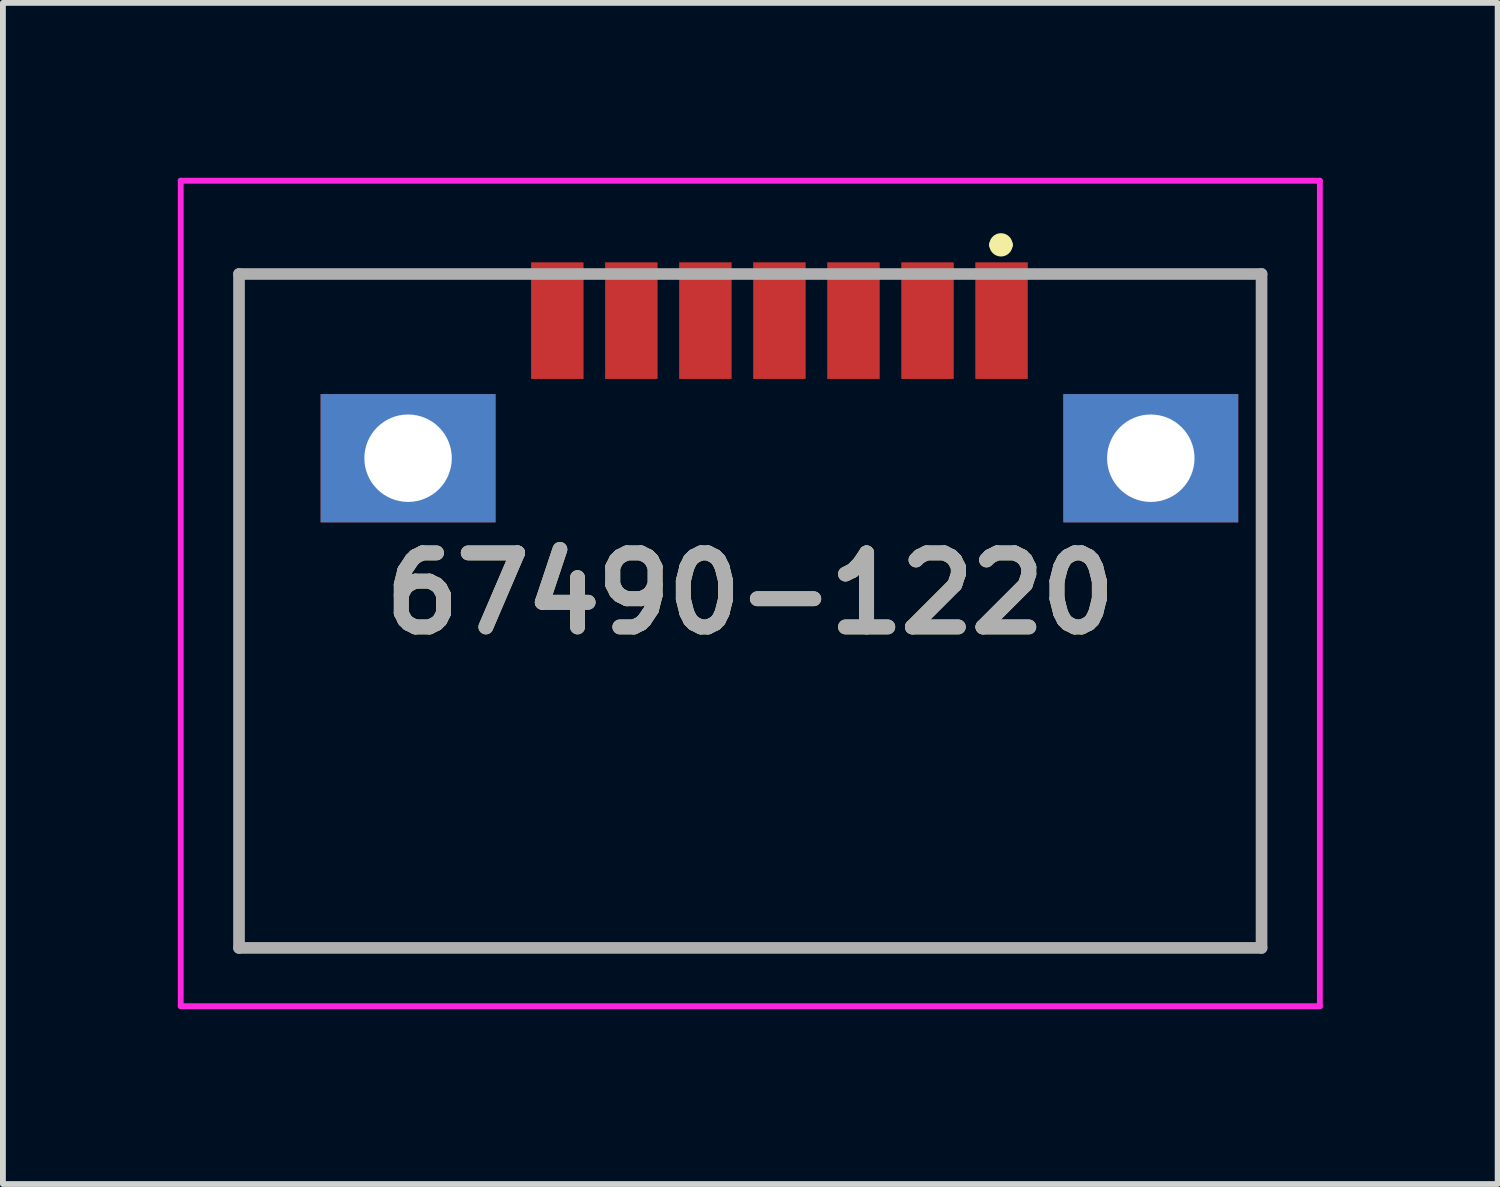
<source format=kicad_pcb>
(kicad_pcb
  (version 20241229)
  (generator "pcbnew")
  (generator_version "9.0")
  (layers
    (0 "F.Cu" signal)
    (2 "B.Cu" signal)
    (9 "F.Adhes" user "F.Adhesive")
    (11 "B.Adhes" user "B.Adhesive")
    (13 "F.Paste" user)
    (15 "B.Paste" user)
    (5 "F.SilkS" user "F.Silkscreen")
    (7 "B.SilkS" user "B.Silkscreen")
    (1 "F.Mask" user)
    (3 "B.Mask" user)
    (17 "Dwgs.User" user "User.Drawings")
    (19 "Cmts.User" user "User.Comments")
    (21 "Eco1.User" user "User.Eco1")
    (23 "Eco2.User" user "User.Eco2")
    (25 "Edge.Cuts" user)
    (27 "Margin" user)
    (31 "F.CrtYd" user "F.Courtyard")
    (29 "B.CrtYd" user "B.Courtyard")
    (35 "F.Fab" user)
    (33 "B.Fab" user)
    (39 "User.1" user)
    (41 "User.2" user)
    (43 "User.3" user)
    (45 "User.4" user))
  (footprint "67490-1220"
    (layer "F.Cu")
    (at 9.82 7.13)
    (property "Reference" "67490-1220" (at 0 0 0) (layer "F.SilkS") (effects (font (size 1.27 1.27) (thickness 0.254))))
    (attr through_hole)
    (fp_line (start -8.77 -5.48) (end -8.77 6.08) (stroke (width 0.1) (type solid)) (layer "F.SilkS"))
    (fp_line (start -8.77 6.08) (end 8.77 6.08) (stroke (width 0.1) (type solid)) (layer "F.SilkS"))
    (fp_line (start -4.58 -5.48) (end -8.77 -5.48) (stroke (width 0.1) (type solid)) (layer "F.SilkS"))
    (fp_line (start 4.2 -5.98) (end 4.2 -5.98) (stroke (width 0.2) (type solid)) (layer "F.SilkS"))
    (fp_line (start 4.4 -5.98) (end 4.4 -5.98) (stroke (width 0.2) (type solid)) (layer "F.SilkS"))
    (fp_line (start 8.77 -5.48) (end 5.58 -5.48) (stroke (width 0.1) (type solid)) (layer "F.SilkS"))
    (fp_line (start 8.77 6.08) (end 8.77 -5.48) (stroke (width 0.1) (type solid)) (layer "F.SilkS"))
    (fp_arc (start 4.2 -5.98) (mid 4.3 -6.08) (end 4.4 -5.98) (stroke (width 0.2) (type solid)) (layer "F.SilkS"))
    (fp_arc (start 4.4 -5.98) (mid 4.3 -5.88) (end 4.2 -5.98) (stroke (width 0.2) (type solid)) (layer "F.SilkS"))
    (fp_line (start -9.77 -7.08) (end 9.77 -7.08) (stroke (width 0.1) (type solid)) (layer "F.CrtYd"))
    (fp_line (start -9.77 7.08) (end -9.77 -7.08) (stroke (width 0.1) (type solid)) (layer "F.CrtYd"))
    (fp_line (start 9.77 -7.08) (end 9.77 7.08) (stroke (width 0.1) (type solid)) (layer "F.CrtYd"))
    (fp_line (start 9.77 7.08) (end -9.77 7.08) (stroke (width 0.1) (type solid)) (layer "F.CrtYd"))
    (fp_line (start -8.77 -5.48) (end 8.77 -5.48) (stroke (width 0.2) (type solid)) (layer "F.Fab"))
    (fp_line (start -8.77 6.08) (end -8.77 -5.48) (stroke (width 0.2) (type solid)) (layer "F.Fab"))
    (fp_line (start 8.77 -5.48) (end 8.77 6.08) (stroke (width 0.2) (type solid)) (layer "F.Fab"))
    (fp_line (start 8.77 6.08) (end -8.77 6.08) (stroke (width 0.2) (type solid)) (layer "F.Fab"))
    (fp_text user "${REFERENCE}" (at 0 0 0) (layer "F.Fab") (effects (font (size 1.27 1.27) (thickness 0.254))))
    (pad "1" smd rect (at 4.31 -4.68) (size 0.9 2) (layers "F.Cu" "F.Mask" "F.Paste"))
    (pad "2" smd rect (at 3.04 -4.68) (size 0.9 2) (layers "F.Cu" "F.Mask" "F.Paste"))
    (pad "3" smd rect (at 1.77 -4.68) (size 0.9 2) (layers "F.Cu" "F.Mask" "F.Paste"))
    (pad "4" smd rect (at 0.5 -4.68) (size 0.9 2) (layers "F.Cu" "F.Mask" "F.Paste"))
    (pad "5" smd rect (at -0.77 -4.68) (size 0.9 2) (layers "F.Cu" "F.Mask" "F.Paste"))
    (pad "6" smd rect (at -2.04 -4.68) (size 0.9 2) (layers "F.Cu" "F.Mask" "F.Paste"))
    (pad "7" smd rect (at -3.31 -4.68) (size 0.9 2) (layers "F.Cu" "F.Mask" "F.Paste"))
    (pad "8" thru_hole rect (at -5.87 -2.32) (size 3 2.2) (drill 1.5) (layers "*.Cu" "*.Mask"))
    (pad "9" thru_hole rect (at 6.87 -2.32) (size 3 2.2) (drill 1.5) (layers "*.Cu" "*.Mask")))
  (gr_rect
    (start -3 -3)
    (end 22.64 17.26)
    (stroke (width 0.1) (type default))
    (fill no)
    (layer "Edge.Cuts")))
</source>
